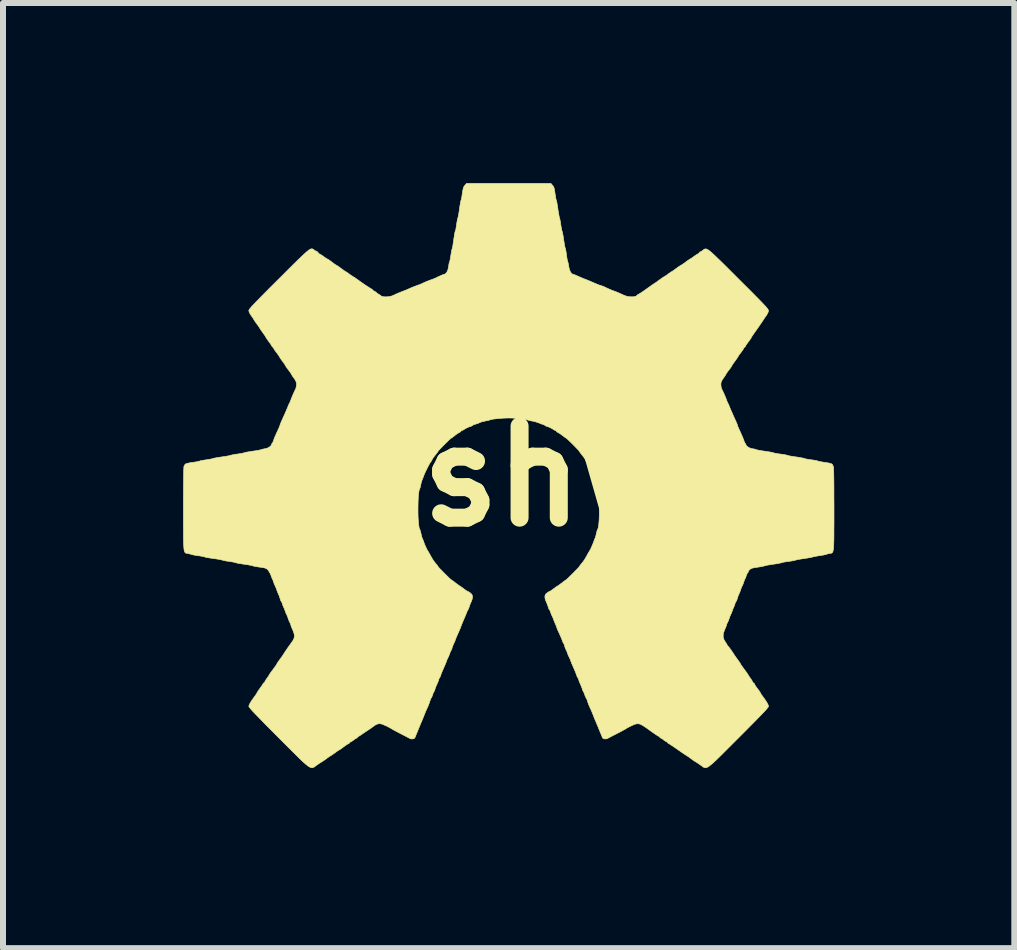
<source format=kicad_pcb>
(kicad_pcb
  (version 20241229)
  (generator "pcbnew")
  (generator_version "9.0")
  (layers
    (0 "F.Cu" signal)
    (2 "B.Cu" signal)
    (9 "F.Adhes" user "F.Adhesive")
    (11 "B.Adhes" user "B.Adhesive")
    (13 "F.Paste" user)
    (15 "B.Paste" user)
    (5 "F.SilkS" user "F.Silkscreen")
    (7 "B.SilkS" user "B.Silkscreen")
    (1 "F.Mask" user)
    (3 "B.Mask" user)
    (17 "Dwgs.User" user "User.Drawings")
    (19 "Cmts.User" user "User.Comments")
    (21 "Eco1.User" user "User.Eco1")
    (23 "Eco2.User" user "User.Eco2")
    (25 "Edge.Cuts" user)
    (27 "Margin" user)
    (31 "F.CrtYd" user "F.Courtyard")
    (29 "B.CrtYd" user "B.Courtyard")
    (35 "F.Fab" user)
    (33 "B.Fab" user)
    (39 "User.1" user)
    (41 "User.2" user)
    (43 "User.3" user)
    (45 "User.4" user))
  (footprint "oshw"
    (layer "F.Cu")
    (at 5.424 4.884)
    (property "Reference" "oshw" (at 0 0 0) (layer "F.SilkS") (effects (font (size 1.524 1.524) (thickness 0.3))))
    (attr through_hole)
    (fp_poly (pts (xy 0.73 -4.847) (xy 0.744 -4.828) (xy 0.755 -4.805) (xy 0.763 -4.772) (xy 0.77 -4.725) (xy 0.772 -4.712) (xy 0.779 -4.667) (xy 0.785 -4.63) (xy 0.791 -4.605) (xy 0.793 -4.598) (xy 0.798 -4.584) (xy 0.804 -4.554) (xy 0.811 -4.511) (xy 0.819 -4.46) (xy 0.819 -4.456) (xy 0.827 -4.404) (xy 0.835 -4.359) (xy 0.841 -4.325) (xy 0.846 -4.307) (xy 0.846 -4.307) (xy 0.851 -4.29) (xy 0.858 -4.257) (xy 0.865 -4.214) (xy 0.868 -4.19) (xy 0.875 -4.147) (xy 0.881 -4.112) (xy 0.887 -4.09) (xy 0.889 -4.085) (xy 0.893 -4.073) (xy 0.899 -4.044) (xy 0.907 -4.003) (xy 0.914 -3.953) (xy 0.915 -3.948) (xy 0.923 -3.896) (xy 0.93 -3.853) (xy 0.936 -3.821) (xy 0.941 -3.805) (xy 0.941 -3.805) (xy 0.946 -3.79) (xy 0.952 -3.76) (xy 0.959 -3.718) (xy 0.963 -3.688) (xy 0.969 -3.643) (xy 0.976 -3.604) (xy 0.982 -3.579) (xy 0.985 -3.572) (xy 0.99 -3.556) (xy 0.996 -3.526) (xy 1.001 -3.494) (xy 1.01 -3.449) (xy 1.026 -3.409) (xy 1.046 -3.38) (xy 1.067 -3.366) (xy 1.071 -3.365) (xy 1.087 -3.361) (xy 1.114 -3.351) (xy 1.131 -3.343) (xy 1.192 -3.316) (xy 1.249 -3.292) (xy 1.291 -3.276) (xy 1.352 -3.251) (xy 1.408 -3.227) (xy 1.45 -3.209) (xy 1.486 -3.194) (xy 1.519 -3.182) (xy 1.529 -3.179) (xy 1.561 -3.169) (xy 1.595 -3.155) (xy 1.598 -3.153) (xy 1.647 -3.13) (xy 1.695 -3.109) (xy 1.736 -3.092) (xy 1.757 -3.085) (xy 1.792 -3.072) (xy 1.844 -3.05) (xy 1.912 -3.019) (xy 1.926 -3.013) (xy 1.965 -2.999) (xy 2.011 -2.991) (xy 2.056 -2.989) (xy 2.096 -2.992) (xy 2.124 -3.002) (xy 2.132 -3.008) (xy 2.146 -3.023) (xy 2.152 -3.027) (xy 2.165 -3.033) (xy 2.192 -3.049) (xy 2.229 -3.073) (xy 2.273 -3.104) (xy 2.321 -3.138) (xy 2.334 -3.147) (xy 2.37 -3.173) (xy 2.404 -3.197) (xy 2.429 -3.213) (xy 2.454 -3.229) (xy 2.488 -3.254) (xy 2.521 -3.278) (xy 2.551 -3.3) (xy 2.575 -3.316) (xy 2.587 -3.323) (xy 2.587 -3.323) (xy 2.598 -3.329) (xy 2.622 -3.344) (xy 2.651 -3.365) (xy 2.681 -3.387) (xy 2.703 -3.402) (xy 2.714 -3.408) (xy 2.724 -3.414) (xy 2.747 -3.429) (xy 2.778 -3.452) (xy 2.79 -3.461) (xy 2.823 -3.485) (xy 2.85 -3.503) (xy 2.866 -3.513) (xy 2.868 -3.514) (xy 2.879 -3.52) (xy 2.903 -3.535) (xy 2.935 -3.558) (xy 2.946 -3.567) (xy 2.979 -3.591) (xy 3.006 -3.609) (xy 3.021 -3.619) (xy 3.022 -3.619) (xy 3.033 -3.625) (xy 3.056 -3.64) (xy 3.083 -3.66) (xy 3.115 -3.682) (xy 3.142 -3.699) (xy 3.156 -3.707) (xy 3.172 -3.718) (xy 3.175 -3.725) (xy 3.183 -3.735) (xy 3.186 -3.736) (xy 3.201 -3.742) (xy 3.225 -3.757) (xy 3.232 -3.762) (xy 3.245 -3.773) (xy 3.257 -3.781) (xy 3.269 -3.786) (xy 3.281 -3.788) (xy 3.296 -3.785) (xy 3.314 -3.777) (xy 3.336 -3.762) (xy 3.365 -3.74) (xy 3.399 -3.709) (xy 3.442 -3.669) (xy 3.494 -3.619) (xy 3.557 -3.558) (xy 3.631 -3.485) (xy 3.717 -3.399) (xy 3.817 -3.299) (xy 3.827 -3.289) (xy 3.928 -3.188) (xy 4.015 -3.102) (xy 4.089 -3.027) (xy 4.15 -2.965) (xy 4.201 -2.913) (xy 4.241 -2.871) (xy 4.273 -2.837) (xy 4.296 -2.811) (xy 4.312 -2.791) (xy 4.322 -2.776) (xy 4.327 -2.765) (xy 4.329 -2.76) (xy 4.322 -2.733) (xy 4.304 -2.697) (xy 4.289 -2.674) (xy 4.266 -2.642) (xy 4.248 -2.615) (xy 4.239 -2.601) (xy 4.225 -2.579) (xy 4.201 -2.544) (xy 4.17 -2.499) (xy 4.136 -2.45) (xy 4.099 -2.399) (xy 4.093 -2.39) (xy 4.07 -2.357) (xy 4.052 -2.33) (xy 4.043 -2.315) (xy 4.043 -2.313) (xy 4.037 -2.301) (xy 4.021 -2.278) (xy 3.999 -2.248) (xy 3.997 -2.245) (xy 3.973 -2.213) (xy 3.954 -2.185) (xy 3.944 -2.167) (xy 3.944 -2.167) (xy 3.934 -2.151) (xy 3.927 -2.148) (xy 3.917 -2.14) (xy 3.916 -2.135) (xy 3.91 -2.121) (xy 3.893 -2.095) (xy 3.87 -2.064) (xy 3.868 -2.061) (xy 3.845 -2.031) (xy 3.828 -2.007) (xy 3.821 -1.994) (xy 3.821 -1.994) (xy 3.815 -1.983) (xy 3.799 -1.959) (xy 3.776 -1.928) (xy 3.768 -1.916) (xy 3.743 -1.882) (xy 3.725 -1.855) (xy 3.715 -1.839) (xy 3.715 -1.837) (xy 3.709 -1.825) (xy 3.693 -1.802) (xy 3.67 -1.772) (xy 3.667 -1.769) (xy 3.644 -1.738) (xy 3.627 -1.714) (xy 3.62 -1.701) (xy 3.619 -1.7) (xy 3.614 -1.688) (xy 3.598 -1.665) (xy 3.577 -1.635) (xy 3.553 -1.599) (xy 3.54 -1.571) (xy 3.535 -1.542) (xy 3.535 -1.529) (xy 3.538 -1.492) (xy 3.546 -1.459) (xy 3.55 -1.452) (xy 3.57 -1.411) (xy 3.593 -1.361) (xy 3.615 -1.309) (xy 3.631 -1.266) (xy 3.631 -1.265) (xy 3.642 -1.237) (xy 3.65 -1.22) (xy 3.652 -1.217) (xy 3.659 -1.205) (xy 3.669 -1.18) (xy 3.672 -1.175) (xy 3.685 -1.141) (xy 3.701 -1.103) (xy 3.707 -1.09) (xy 3.725 -1.051) (xy 3.742 -1.01) (xy 3.747 -1) (xy 3.763 -0.963) (xy 3.782 -0.922) (xy 3.788 -0.909) (xy 3.801 -0.879) (xy 3.809 -0.858) (xy 3.81 -0.851) (xy 3.814 -0.837) (xy 3.825 -0.812) (xy 3.83 -0.8) (xy 3.859 -0.737) (xy 3.88 -0.69) (xy 3.895 -0.655) (xy 3.906 -0.628) (xy 3.915 -0.605) (xy 3.918 -0.595) (xy 3.928 -0.568) (xy 3.937 -0.552) (xy 3.94 -0.55) (xy 3.947 -0.542) (xy 3.948 -0.536) (xy 3.957 -0.513) (xy 3.982 -0.49) (xy 4.016 -0.471) (xy 4.055 -0.46) (xy 4.059 -0.459) (xy 4.092 -0.454) (xy 4.116 -0.447) (xy 4.122 -0.444) (xy 4.136 -0.44) (xy 4.167 -0.433) (xy 4.21 -0.426) (xy 4.26 -0.418) (xy 4.265 -0.418) (xy 4.316 -0.41) (xy 4.36 -0.403) (xy 4.392 -0.396) (xy 4.408 -0.392) (xy 4.408 -0.392) (xy 4.422 -0.387) (xy 4.453 -0.381) (xy 4.494 -0.374) (xy 4.524 -0.37) (xy 4.57 -0.364) (xy 4.608 -0.357) (xy 4.634 -0.352) (xy 4.641 -0.349) (xy 4.655 -0.345) (xy 4.685 -0.338) (xy 4.728 -0.331) (xy 4.779 -0.323) (xy 4.784 -0.323) (xy 4.835 -0.315) (xy 4.879 -0.307) (xy 4.91 -0.301) (xy 4.926 -0.296) (xy 4.927 -0.296) (xy 4.941 -0.291) (xy 4.971 -0.285) (xy 5.012 -0.278) (xy 5.038 -0.275) (xy 5.082 -0.268) (xy 5.119 -0.262) (xy 5.143 -0.256) (xy 5.149 -0.254) (xy 5.163 -0.249) (xy 5.194 -0.243) (xy 5.234 -0.236) (xy 5.255 -0.233) (xy 5.314 -0.224) (xy 5.356 -0.215) (xy 5.381 -0.206) (xy 5.394 -0.196) (xy 5.397 -0.185) (xy 5.403 -0.171) (xy 5.408 -0.169) (xy 5.41 -0.159) (xy 5.413 -0.127) (xy 5.414 -0.075) (xy 5.416 -0.002) (xy 5.417 0.091) (xy 5.418 0.203) (xy 5.418 0.336) (xy 5.419 0.489) (xy 5.419 0.53) (xy 5.419 0.673) (xy 5.419 0.797) (xy 5.418 0.903) (xy 5.418 0.992) (xy 5.417 1.065) (xy 5.415 1.125) (xy 5.413 1.173) (xy 5.41 1.209) (xy 5.405 1.236) (xy 5.4 1.256) (xy 5.393 1.269) (xy 5.385 1.277) (xy 5.375 1.281) (xy 5.363 1.284) (xy 5.349 1.286) (xy 5.346 1.286) (xy 5.314 1.293) (xy 5.288 1.301) (xy 5.286 1.302) (xy 5.266 1.307) (xy 5.232 1.314) (xy 5.189 1.321) (xy 5.175 1.323) (xy 5.131 1.33) (xy 5.094 1.337) (xy 5.068 1.343) (xy 5.064 1.344) (xy 5.045 1.35) (xy 5.011 1.356) (xy 4.966 1.364) (xy 4.921 1.371) (xy 4.871 1.378) (xy 4.827 1.385) (xy 4.794 1.392) (xy 4.778 1.397) (xy 4.759 1.402) (xy 4.724 1.409) (xy 4.681 1.416) (xy 4.657 1.419) (xy 4.612 1.425) (xy 4.575 1.432) (xy 4.551 1.437) (xy 4.546 1.44) (xy 4.531 1.444) (xy 4.501 1.45) (xy 4.458 1.458) (xy 4.408 1.465) (xy 4.408 1.465) (xy 4.357 1.473) (xy 4.313 1.48) (xy 4.28 1.487) (xy 4.264 1.492) (xy 4.246 1.497) (xy 4.213 1.504) (xy 4.171 1.511) (xy 4.145 1.515) (xy 4.092 1.523) (xy 4.056 1.531) (xy 4.032 1.542) (xy 4.016 1.553) (xy 3.998 1.574) (xy 3.99 1.592) (xy 3.99 1.593) (xy 3.985 1.607) (xy 3.981 1.609) (xy 3.973 1.618) (xy 3.963 1.641) (xy 3.959 1.654) (xy 3.949 1.684) (xy 3.94 1.705) (xy 3.937 1.709) (xy 3.929 1.725) (xy 3.919 1.753) (xy 3.916 1.762) (xy 3.905 1.795) (xy 3.893 1.821) (xy 3.89 1.826) (xy 3.879 1.849) (xy 3.867 1.881) (xy 3.863 1.894) (xy 3.851 1.928) (xy 3.839 1.956) (xy 3.836 1.963) (xy 3.825 1.986) (xy 3.814 2.019) (xy 3.809 2.035) (xy 3.8 2.064) (xy 3.791 2.082) (xy 3.788 2.085) (xy 3.782 2.094) (xy 3.772 2.117) (xy 3.768 2.13) (xy 3.758 2.16) (xy 3.749 2.181) (xy 3.747 2.185) (xy 3.739 2.202) (xy 3.728 2.229) (xy 3.726 2.238) (xy 3.714 2.271) (xy 3.702 2.298) (xy 3.7 2.302) (xy 3.689 2.325) (xy 3.677 2.358) (xy 3.673 2.371) (xy 3.661 2.404) (xy 3.648 2.432) (xy 3.644 2.439) (xy 3.633 2.461) (xy 3.63 2.473) (xy 3.626 2.489) (xy 3.615 2.518) (xy 3.601 2.548) (xy 3.578 2.611) (xy 3.572 2.666) (xy 3.584 2.716) (xy 3.606 2.755) (xy 3.625 2.783) (xy 3.638 2.806) (xy 3.641 2.814) (xy 3.647 2.825) (xy 3.649 2.826) (xy 3.658 2.834) (xy 3.676 2.856) (xy 3.698 2.886) (xy 3.723 2.922) (xy 3.747 2.958) (xy 3.762 2.982) (xy 3.774 2.999) (xy 3.794 3.027) (xy 3.818 3.06) (xy 3.818 3.06) (xy 3.84 3.091) (xy 3.856 3.115) (xy 3.863 3.127) (xy 3.863 3.128) (xy 3.869 3.139) (xy 3.885 3.162) (xy 3.909 3.195) (xy 3.926 3.219) (xy 3.953 3.255) (xy 3.974 3.285) (xy 3.987 3.304) (xy 3.99 3.309) (xy 3.996 3.32) (xy 4.011 3.343) (xy 4.027 3.365) (xy 4.047 3.394) (xy 4.06 3.417) (xy 4.064 3.427) (xy 4.072 3.439) (xy 4.08 3.443) (xy 4.094 3.456) (xy 4.096 3.462) (xy 4.102 3.477) (xy 4.118 3.502) (xy 4.141 3.533) (xy 4.143 3.536) (xy 4.167 3.567) (xy 4.184 3.591) (xy 4.191 3.604) (xy 4.191 3.604) (xy 4.197 3.616) (xy 4.212 3.64) (xy 4.231 3.666) (xy 4.275 3.727) (xy 4.305 3.774) (xy 4.322 3.809) (xy 4.329 3.832) (xy 4.329 3.834) (xy 4.324 3.843) (xy 4.31 3.861) (xy 4.287 3.889) (xy 4.252 3.927) (xy 4.206 3.975) (xy 4.148 4.035) (xy 4.077 4.107) (xy 3.993 4.192) (xy 3.895 4.291) (xy 3.828 4.358) (xy 3.727 4.459) (xy 3.639 4.547) (xy 3.564 4.622) (xy 3.5 4.685) (xy 3.447 4.736) (xy 3.403 4.777) (xy 3.366 4.808) (xy 3.337 4.831) (xy 3.312 4.846) (xy 3.292 4.854) (xy 3.274 4.856) (xy 3.258 4.853) (xy 3.243 4.845) (xy 3.227 4.834) (xy 3.209 4.82) (xy 3.195 4.81) (xy 3.16 4.786) (xy 3.131 4.767) (xy 3.113 4.756) (xy 3.111 4.755) (xy 3.095 4.746) (xy 3.069 4.727) (xy 3.036 4.703) (xy 3.036 4.702) (xy 3.005 4.68) (xy 2.982 4.664) (xy 2.971 4.657) (xy 2.97 4.657) (xy 2.96 4.651) (xy 2.936 4.635) (xy 2.9 4.611) (xy 2.857 4.581) (xy 2.824 4.558) (xy 2.775 4.524) (xy 2.731 4.494) (xy 2.696 4.471) (xy 2.672 4.456) (xy 2.664 4.452) (xy 2.649 4.442) (xy 2.646 4.435) (xy 2.637 4.425) (xy 2.632 4.424) (xy 2.616 4.417) (xy 2.593 4.401) (xy 2.582 4.393) (xy 2.557 4.373) (xy 2.537 4.362) (xy 2.532 4.361) (xy 2.52 4.353) (xy 2.519 4.349) (xy 2.51 4.337) (xy 2.5 4.332) (xy 2.49 4.327) (xy 2.475 4.318) (xy 2.453 4.304) (xy 2.421 4.282) (xy 2.378 4.252) (xy 2.321 4.211) (xy 2.286 4.186) (xy 2.234 4.152) (xy 2.193 4.13) (xy 2.157 4.122) (xy 2.121 4.125) (xy 2.079 4.14) (xy 2.046 4.156) (xy 2.008 4.174) (xy 1.978 4.19) (xy 1.96 4.2) (xy 1.958 4.202) (xy 1.948 4.209) (xy 1.926 4.221) (xy 1.889 4.241) (xy 1.837 4.269) (xy 1.774 4.301) (xy 1.729 4.324) (xy 1.689 4.345) (xy 1.659 4.361) (xy 1.645 4.369) (xy 1.616 4.376) (xy 1.587 4.373) (xy 1.565 4.361) (xy 1.56 4.351) (xy 1.552 4.329) (xy 1.541 4.302) (xy 1.528 4.272) (xy 1.513 4.235) (xy 1.508 4.223) (xy 1.491 4.179) (xy 1.473 4.137) (xy 1.452 4.087) (xy 1.442 4.064) (xy 1.426 4.026) (xy 1.412 3.989) (xy 1.408 3.979) (xy 1.375 3.898) (xy 1.344 3.831) (xy 1.33 3.797) (xy 1.316 3.757) (xy 1.312 3.744) (xy 1.302 3.715) (xy 1.294 3.697) (xy 1.291 3.694) (xy 1.284 3.684) (xy 1.275 3.661) (xy 1.27 3.649) (xy 1.259 3.616) (xy 1.246 3.588) (xy 1.242 3.583) (xy 1.231 3.561) (xy 1.228 3.549) (xy 1.223 3.533) (xy 1.212 3.504) (xy 1.197 3.468) (xy 1.196 3.466) (xy 1.18 3.43) (xy 1.169 3.4) (xy 1.164 3.382) (xy 1.164 3.382) (xy 1.158 3.364) (xy 1.154 3.361) (xy 1.145 3.347) (xy 1.134 3.322) (xy 1.132 3.315) (xy 1.125 3.296) (xy 1.118 3.276) (xy 1.108 3.252) (xy 1.094 3.219) (xy 1.074 3.173) (xy 1.061 3.143) (xy 1.046 3.109) (xy 1.035 3.078) (xy 1.032 3.069) (xy 1.021 3.042) (xy 1.006 3.01) (xy 1.004 3.006) (xy 0.991 2.98) (xy 0.984 2.961) (xy 0.984 2.958) (xy 0.979 2.943) (xy 0.968 2.917) (xy 0.958 2.895) (xy 0.943 2.862) (xy 0.934 2.836) (xy 0.931 2.825) (xy 0.926 2.804) (xy 0.917 2.788) (xy 0.902 2.761) (xy 0.894 2.741) (xy 0.885 2.714) (xy 0.868 2.674) (xy 0.849 2.631) (xy 0.83 2.589) (xy 0.82 2.568) (xy 0.809 2.544) (xy 0.804 2.529) (xy 0.804 2.529) (xy 0.8 2.515) (xy 0.79 2.488) (xy 0.779 2.464) (xy 0.764 2.428) (xy 0.751 2.396) (xy 0.746 2.381) (xy 0.735 2.352) (xy 0.726 2.334) (xy 0.715 2.31) (xy 0.702 2.278) (xy 0.699 2.267) (xy 0.689 2.24) (xy 0.68 2.224) (xy 0.678 2.223) (xy 0.671 2.213) (xy 0.662 2.19) (xy 0.657 2.172) (xy 0.643 2.133) (xy 0.628 2.095) (xy 0.623 2.085) (xy 0.609 2.05) (xy 0.603 2.013) (xy 0.603 2.01) (xy 0.607 1.981) (xy 0.621 1.959) (xy 0.64 1.943) (xy 0.664 1.926) (xy 0.683 1.916) (xy 0.686 1.916) (xy 0.699 1.909) (xy 0.723 1.893) (xy 0.75 1.873) (xy 0.779 1.851) (xy 0.8 1.836) (xy 0.81 1.831) (xy 0.82 1.825) (xy 0.843 1.809) (xy 0.874 1.786) (xy 0.884 1.778) (xy 0.916 1.754) (xy 0.941 1.735) (xy 0.955 1.726) (xy 0.957 1.725) (xy 0.966 1.718) (xy 0.987 1.699) (xy 1.015 1.671) (xy 1.049 1.638) (xy 1.084 1.603) (xy 1.117 1.569) (xy 1.146 1.54) (xy 1.166 1.518) (xy 1.175 1.507) (xy 1.175 1.507) (xy 1.181 1.496) (xy 1.197 1.475) (xy 1.216 1.452) (xy 1.24 1.422) (xy 1.26 1.394) (xy 1.281 1.36) (xy 1.306 1.315) (xy 1.319 1.291) (xy 1.333 1.266) (xy 1.343 1.251) (xy 1.344 1.249) (xy 1.353 1.234) (xy 1.368 1.206) (xy 1.384 1.17) (xy 1.4 1.132) (xy 1.413 1.099) (xy 1.418 1.085) (xy 1.428 1.056) (xy 1.437 1.035) (xy 1.439 1.032) (xy 1.445 1.016) (xy 1.453 0.987) (xy 1.46 0.958) (xy 1.468 0.922) (xy 1.477 0.895) (xy 1.482 0.884) (xy 1.491 0.862) (xy 1.498 0.822) (xy 1.504 0.768) (xy 1.508 0.703) (xy 1.51 0.631) (xy 1.511 0.555) (xy 1.511 0.478) (xy 1.509 0.405) (xy 1.505 0.338) (xy 1.5 0.281) (xy 1.493 0.237) (xy 1.484 0.21) (xy 1.482 0.206) (xy 1.475 0.19) (xy 1.468 0.162) (xy 1.466 0.148) (xy 1.458 0.111) (xy 1.447 0.076) (xy 1.444 0.069) (xy 1.432 0.038) (xy 1.418 0.001) (xy 1.414 -0.011) (xy 1.399 -0.049) (xy 1.376 -0.098) (xy 1.35 -0.151) (xy 1.323 -0.198) (xy 1.301 -0.234) (xy 1.3 -0.234) (xy 1.287 -0.257) (xy 1.281 -0.272) (xy 1.281 -0.272) (xy 1.274 -0.284) (xy 1.258 -0.308) (xy 1.234 -0.339) (xy 1.228 -0.347) (xy 1.203 -0.379) (xy 1.184 -0.403) (xy 1.175 -0.417) (xy 1.175 -0.419) (xy 1.168 -0.428) (xy 1.149 -0.449) (xy 1.121 -0.478) (xy 1.088 -0.512) (xy 1.053 -0.547) (xy 1.019 -0.58) (xy 0.99 -0.608) (xy 0.969 -0.627) (xy 0.959 -0.635) (xy 0.959 -0.635) (xy 0.948 -0.641) (xy 0.925 -0.657) (xy 0.897 -0.679) (xy 0.864 -0.703) (xy 0.835 -0.722) (xy 0.818 -0.731) (xy 0.799 -0.742) (xy 0.794 -0.751) (xy 0.785 -0.761) (xy 0.78 -0.762) (xy 0.763 -0.768) (xy 0.739 -0.783) (xy 0.732 -0.788) (xy 0.698 -0.807) (xy 0.659 -0.824) (xy 0.65 -0.827) (xy 0.622 -0.836) (xy 0.606 -0.845) (xy 0.603 -0.848) (xy 0.594 -0.855) (xy 0.575 -0.862) (xy 0.546 -0.871) (xy 0.512 -0.885) (xy 0.503 -0.888) (xy 0.47 -0.9) (xy 0.426 -0.913) (xy 0.386 -0.921) (xy 0.348 -0.929) (xy 0.318 -0.937) (xy 0.301 -0.943) (xy 0.301 -0.943) (xy 0.287 -0.947) (xy 0.256 -0.952) (xy 0.212 -0.957) (xy 0.16 -0.963) (xy 0.145 -0.964) (xy 0.06 -0.97) (xy -0.015 -0.971) (xy -0.093 -0.968) (xy -0.145 -0.964) (xy -0.199 -0.959) (xy -0.245 -0.954) (xy -0.28 -0.948) (xy -0.299 -0.944) (xy -0.301 -0.943) (xy -0.317 -0.937) (xy -0.346 -0.93) (xy -0.385 -0.922) (xy -0.386 -0.921) (xy -0.427 -0.913) (xy -0.461 -0.903) (xy -0.482 -0.895) (xy -0.504 -0.884) (xy -0.538 -0.873) (xy -0.553 -0.868) (xy -0.582 -0.859) (xy -0.6 -0.85) (xy -0.603 -0.847) (xy -0.612 -0.839) (xy -0.636 -0.83) (xy -0.651 -0.826) (xy -0.689 -0.811) (xy -0.725 -0.792) (xy -0.732 -0.787) (xy -0.757 -0.771) (xy -0.777 -0.762) (xy -0.78 -0.762) (xy -0.793 -0.755) (xy -0.794 -0.751) (xy -0.803 -0.74) (xy -0.822 -0.73) (xy -0.845 -0.717) (xy -0.876 -0.696) (xy -0.9 -0.677) (xy -0.928 -0.655) (xy -0.949 -0.64) (xy -0.958 -0.635) (xy -0.968 -0.628) (xy -0.989 -0.609) (xy -1.018 -0.581) (xy -1.052 -0.548) (xy -1.087 -0.513) (xy -1.12 -0.479) (xy -1.148 -0.45) (xy -1.167 -0.429) (xy -1.175 -0.419) (xy -1.175 -0.419) (xy -1.181 -0.408) (xy -1.197 -0.386) (xy -1.221 -0.356) (xy -1.228 -0.347) (xy -1.253 -0.315) (xy -1.271 -0.287) (xy -1.28 -0.27) (xy -1.281 -0.268) (xy -1.288 -0.251) (xy -1.294 -0.247) (xy -1.304 -0.234) (xy -1.32 -0.206) (xy -1.34 -0.169) (xy -1.362 -0.125) (xy -1.384 -0.08) (xy -1.403 -0.039) (xy -1.416 -0.006) (xy -1.418 0) (xy -1.431 0.035) (xy -1.445 0.069) (xy -1.445 0.069) (xy -1.455 0.1) (xy -1.464 0.138) (xy -1.466 0.148) (xy -1.472 0.179) (xy -1.479 0.202) (xy -1.482 0.206) (xy -1.491 0.229) (xy -1.498 0.268) (xy -1.504 0.322) (xy -1.508 0.387) (xy -1.51 0.459) (xy -1.511 0.535) (xy -1.511 0.612) (xy -1.509 0.685) (xy -1.505 0.752) (xy -1.499 0.809) (xy -1.493 0.853) (xy -1.484 0.88) (xy -1.482 0.884) (xy -1.475 0.899) (xy -1.467 0.928) (xy -1.46 0.958) (xy -1.452 0.993) (xy -1.444 1.021) (xy -1.44 1.032) (xy -1.432 1.048) (xy -1.421 1.076) (xy -1.418 1.085) (xy -1.408 1.113) (xy -1.394 1.149) (xy -1.377 1.186) (xy -1.361 1.22) (xy -1.348 1.243) (xy -1.344 1.249) (xy -1.336 1.261) (xy -1.323 1.284) (xy -1.319 1.291) (xy -1.291 1.342) (xy -1.269 1.38) (xy -1.249 1.41) (xy -1.227 1.439) (xy -1.216 1.452) (xy -1.194 1.479) (xy -1.179 1.499) (xy -1.175 1.507) (xy -1.168 1.516) (xy -1.149 1.537) (xy -1.121 1.565) (xy -1.088 1.599) (xy -1.053 1.634) (xy -1.019 1.667) (xy -0.99 1.696) (xy -0.968 1.716) (xy -0.957 1.725) (xy -0.957 1.725) (xy -0.947 1.731) (xy -0.924 1.747) (xy -0.894 1.77) (xy -0.884 1.778) (xy -0.851 1.802) (xy -0.826 1.821) (xy -0.811 1.83) (xy -0.81 1.831) (xy -0.799 1.837) (xy -0.777 1.853) (xy -0.75 1.873) (xy -0.721 1.895) (xy -0.698 1.91) (xy -0.686 1.916) (xy -0.672 1.922) (xy -0.649 1.936) (xy -0.64 1.943) (xy -0.615 1.966) (xy -0.605 1.989) (xy -0.603 2.01) (xy -0.608 2.046) (xy -0.621 2.082) (xy -0.622 2.085) (xy -0.638 2.119) (xy -0.653 2.159) (xy -0.656 2.17) (xy -0.666 2.199) (xy -0.675 2.219) (xy -0.677 2.223) (xy -0.685 2.235) (xy -0.696 2.259) (xy -0.698 2.265) (xy -0.716 2.31) (xy -0.741 2.369) (xy -0.767 2.429) (xy -0.78 2.462) (xy -0.794 2.498) (xy -0.794 2.498) (xy -0.807 2.533) (xy -0.821 2.566) (xy -0.821 2.566) (xy -0.833 2.594) (xy -0.85 2.631) (xy -0.862 2.658) (xy -0.876 2.691) (xy -0.886 2.716) (xy -0.889 2.727) (xy -0.894 2.741) (xy -0.905 2.767) (xy -0.916 2.789) (xy -0.93 2.821) (xy -0.94 2.847) (xy -0.942 2.858) (xy -0.948 2.879) (xy -0.956 2.895) (xy -0.969 2.918) (xy -0.982 2.951) (xy -0.984 2.958) (xy -0.996 2.99) (xy -1.009 3.017) (xy -1.011 3.022) (xy -1.025 3.049) (xy -1.032 3.069) (xy -1.041 3.095) (xy -1.055 3.129) (xy -1.061 3.143) (xy -1.085 3.198) (xy -1.102 3.237) (xy -1.114 3.265) (xy -1.122 3.286) (xy -1.129 3.305) (xy -1.132 3.315) (xy -1.142 3.342) (xy -1.152 3.359) (xy -1.154 3.361) (xy -1.163 3.376) (xy -1.164 3.382) (xy -1.168 3.398) (xy -1.179 3.428) (xy -1.195 3.464) (xy -1.196 3.466) (xy -1.212 3.502) (xy -1.223 3.531) (xy -1.228 3.548) (xy -1.228 3.549) (xy -1.233 3.567) (xy -1.242 3.583) (xy -1.255 3.606) (xy -1.267 3.639) (xy -1.27 3.649) (xy -1.28 3.676) (xy -1.288 3.692) (xy -1.291 3.694) (xy -1.297 3.703) (xy -1.306 3.726) (xy -1.312 3.744) (xy -1.325 3.783) (xy -1.34 3.821) (xy -1.344 3.831) (xy -1.383 3.917) (xy -1.408 3.979) (xy -1.421 4.013) (xy -1.437 4.052) (xy -1.442 4.064) (xy -1.466 4.119) (xy -1.484 4.164) (xy -1.501 4.205) (xy -1.508 4.223) (xy -1.523 4.259) (xy -1.537 4.293) (xy -1.541 4.302) (xy -1.552 4.33) (xy -1.56 4.351) (xy -1.574 4.368) (xy -1.601 4.376) (xy -1.631 4.374) (xy -1.645 4.369) (xy -1.664 4.358) (xy -1.698 4.341) (xy -1.739 4.319) (xy -1.769 4.304) (xy -1.836 4.269) (xy -1.887 4.242) (xy -1.922 4.223) (xy -1.945 4.21) (xy -1.956 4.203) (xy -1.958 4.202) (xy -1.969 4.195) (xy -1.995 4.181) (xy -2.03 4.163) (xy -2.046 4.156) (xy -2.1 4.132) (xy -2.143 4.121) (xy -2.181 4.125) (xy -2.221 4.143) (xy -2.266 4.175) (xy -2.3 4.2) (xy -2.331 4.221) (xy -2.351 4.234) (xy -2.373 4.248) (xy -2.404 4.269) (xy -2.429 4.286) (xy -2.46 4.308) (xy -2.487 4.325) (xy -2.5 4.332) (xy -2.516 4.343) (xy -2.519 4.349) (xy -2.527 4.36) (xy -2.532 4.361) (xy -2.548 4.367) (xy -2.571 4.384) (xy -2.582 4.393) (xy -2.607 4.411) (xy -2.627 4.423) (xy -2.632 4.424) (xy -2.645 4.431) (xy -2.646 4.435) (xy -2.655 4.446) (xy -2.67 4.455) (xy -2.691 4.466) (xy -2.721 4.486) (xy -2.749 4.507) (xy -2.778 4.529) (xy -2.8 4.545) (xy -2.811 4.551) (xy -2.822 4.557) (xy -2.846 4.572) (xy -2.877 4.594) (xy -2.89 4.604) (xy -2.924 4.628) (xy -2.951 4.646) (xy -2.966 4.656) (xy -2.968 4.657) (xy -2.979 4.663) (xy -3.001 4.678) (xy -3.031 4.7) (xy -3.035 4.703) (xy -3.067 4.726) (xy -3.095 4.745) (xy -3.111 4.755) (xy -3.111 4.755) (xy -3.127 4.765) (xy -3.155 4.783) (xy -3.189 4.806) (xy -3.195 4.81) (xy -3.215 4.825) (xy -3.232 4.838) (xy -3.248 4.848) (xy -3.263 4.854) (xy -3.279 4.856) (xy -3.298 4.852) (xy -3.319 4.842) (xy -3.345 4.825) (xy -3.377 4.8) (xy -3.416 4.766) (xy -3.463 4.722) (xy -3.519 4.667) (xy -3.586 4.6) (xy -3.665 4.522) (xy -3.757 4.43) (xy -3.829 4.358) (xy -3.936 4.25) (xy -4.029 4.157) (xy -4.107 4.077) (xy -4.173 4.009) (xy -4.226 3.954) (xy -4.268 3.91) (xy -4.298 3.876) (xy -4.317 3.852) (xy -4.327 3.838) (xy -4.329 3.834) (xy -4.323 3.81) (xy -4.306 3.776) (xy -4.277 3.73) (xy -4.234 3.67) (xy -4.231 3.666) (xy -4.21 3.637) (xy -4.196 3.614) (xy -4.191 3.604) (xy -4.185 3.593) (xy -4.169 3.569) (xy -4.147 3.539) (xy -4.146 3.536) (xy -4.122 3.504) (xy -4.103 3.476) (xy -4.093 3.458) (xy -4.093 3.458) (xy -4.082 3.443) (xy -4.075 3.44) (xy -4.065 3.431) (xy -4.064 3.428) (xy -4.058 3.413) (xy -4.043 3.388) (xy -4.027 3.365) (xy -4.007 3.338) (xy -3.994 3.317) (xy -3.99 3.309) (xy -3.984 3.299) (xy -3.968 3.275) (xy -3.944 3.243) (xy -3.926 3.219) (xy -3.9 3.183) (xy -3.878 3.153) (xy -3.865 3.133) (xy -3.863 3.128) (xy -3.857 3.116) (xy -3.842 3.093) (xy -3.82 3.063) (xy -3.818 3.06) (xy -3.794 3.027) (xy -3.774 2.999) (xy -3.762 2.982) (xy -3.762 2.982) (xy -3.738 2.944) (xy -3.706 2.896) (xy -3.671 2.845) (xy -3.638 2.799) (xy -3.622 2.777) (xy -3.591 2.732) (xy -3.574 2.694) (xy -3.569 2.656) (xy -3.577 2.613) (xy -3.597 2.56) (xy -3.605 2.542) (xy -3.619 2.51) (xy -3.628 2.484) (xy -3.63 2.473) (xy -3.636 2.454) (xy -3.644 2.439) (xy -3.656 2.416) (xy -3.668 2.384) (xy -3.673 2.371) (xy -3.684 2.337) (xy -3.696 2.309) (xy -3.7 2.302) (xy -3.711 2.278) (xy -3.723 2.246) (xy -3.726 2.238) (xy -3.736 2.209) (xy -3.745 2.189) (xy -3.747 2.185) (xy -3.755 2.169) (xy -3.765 2.142) (xy -3.768 2.13) (xy -3.778 2.103) (xy -3.786 2.087) (xy -3.788 2.085) (xy -3.795 2.076) (xy -3.804 2.052) (xy -3.809 2.035) (xy -3.82 2) (xy -3.831 1.972) (xy -3.836 1.963) (xy -3.846 1.94) (xy -3.859 1.907) (xy -3.863 1.894) (xy -3.875 1.861) (xy -3.887 1.833) (xy -3.89 1.826) (xy -3.902 1.802) (xy -3.914 1.77) (xy -3.916 1.762) (xy -3.926 1.733) (xy -3.935 1.712) (xy -3.937 1.709) (xy -3.945 1.693) (xy -3.955 1.665) (xy -3.959 1.654) (xy -3.969 1.627) (xy -3.978 1.61) (xy -3.981 1.609) (xy -3.989 1.6) (xy -3.99 1.593) (xy -3.997 1.576) (xy -4.015 1.555) (xy -4.018 1.552) (xy -4.036 1.539) (xy -4.059 1.529) (xy -4.094 1.521) (xy -4.144 1.514) (xy -4.147 1.514) (xy -4.192 1.507) (xy -4.229 1.501) (xy -4.254 1.495) (xy -4.26 1.493) (xy -4.274 1.488) (xy -4.304 1.482) (xy -4.347 1.474) (xy -4.398 1.467) (xy -4.403 1.466) (xy -4.454 1.458) (xy -4.498 1.451) (xy -4.529 1.445) (xy -4.545 1.44) (xy -4.546 1.44) (xy -4.56 1.435) (xy -4.59 1.429) (xy -4.631 1.422) (xy -4.657 1.418) (xy -4.701 1.412) (xy -4.738 1.405) (xy -4.762 1.399) (xy -4.768 1.397) (xy -4.782 1.393) (xy -4.812 1.387) (xy -4.856 1.379) (xy -4.907 1.372) (xy -4.916 1.371) (xy -4.968 1.363) (xy -5.013 1.356) (xy -5.046 1.349) (xy -5.063 1.345) (xy -5.064 1.344) (xy -5.079 1.339) (xy -5.109 1.333) (xy -5.15 1.326) (xy -5.17 1.324) (xy -5.215 1.317) (xy -5.254 1.31) (xy -5.28 1.304) (xy -5.286 1.302) (xy -5.311 1.294) (xy -5.343 1.287) (xy -5.346 1.286) (xy -5.36 1.284) (xy -5.372 1.282) (xy -5.382 1.278) (xy -5.391 1.271) (xy -5.398 1.259) (xy -5.404 1.241) (xy -5.409 1.216) (xy -5.412 1.181) (xy -5.415 1.137) (xy -5.417 1.08) (xy -5.418 1.009) (xy -5.418 0.924) (xy -5.419 0.822) (xy -5.419 0.702) (xy -5.419 0.563) (xy -5.419 0.53) (xy -5.419 0.372) (xy -5.418 0.235) (xy -5.417 0.117) (xy -5.416 0.019) (xy -5.415 -0.059) (xy -5.413 -0.116) (xy -5.411 -0.153) (xy -5.409 -0.169) (xy -5.408 -0.169) (xy -5.399 -0.178) (xy -5.397 -0.185) (xy -5.393 -0.198) (xy -5.379 -0.207) (xy -5.351 -0.216) (xy -5.307 -0.225) (xy -5.255 -0.233) (xy -5.211 -0.239) (xy -5.176 -0.246) (xy -5.153 -0.252) (xy -5.149 -0.253) (xy -5.134 -0.258) (xy -5.104 -0.264) (xy -5.063 -0.271) (xy -5.038 -0.274) (xy -4.993 -0.281) (xy -4.956 -0.288) (xy -4.932 -0.293) (xy -4.927 -0.296) (xy -4.913 -0.3) (xy -4.882 -0.306) (xy -4.839 -0.314) (xy -4.788 -0.321) (xy -4.778 -0.323) (xy -4.726 -0.33) (xy -4.681 -0.338) (xy -4.648 -0.344) (xy -4.631 -0.349) (xy -4.63 -0.35) (xy -4.616 -0.354) (xy -4.585 -0.36) (xy -4.544 -0.367) (xy -4.519 -0.37) (xy -4.474 -0.377) (xy -4.438 -0.383) (xy -4.414 -0.389) (xy -4.408 -0.391) (xy -4.394 -0.396) (xy -4.363 -0.402) (xy -4.32 -0.409) (xy -4.27 -0.417) (xy -4.265 -0.418) (xy -4.214 -0.425) (xy -4.17 -0.433) (xy -4.138 -0.439) (xy -4.123 -0.444) (xy -4.122 -0.444) (xy -4.106 -0.45) (xy -4.077 -0.456) (xy -4.059 -0.459) (xy -4.02 -0.469) (xy -3.985 -0.488) (xy -3.959 -0.511) (xy -3.948 -0.534) (xy -3.948 -0.536) (xy -3.943 -0.549) (xy -3.94 -0.55) (xy -3.932 -0.559) (xy -3.922 -0.582) (xy -3.918 -0.595) (xy -3.91 -0.617) (xy -3.901 -0.642) (xy -3.887 -0.674) (xy -3.869 -0.715) (xy -3.843 -0.771) (xy -3.83 -0.8) (xy -3.818 -0.828) (xy -3.811 -0.847) (xy -3.81 -0.851) (xy -3.806 -0.865) (xy -3.795 -0.891) (xy -3.788 -0.909) (xy -3.77 -0.948) (xy -3.752 -0.989) (xy -3.747 -1) (xy -3.73 -1.037) (xy -3.712 -1.079) (xy -3.707 -1.09) (xy -3.691 -1.128) (xy -3.676 -1.164) (xy -3.672 -1.175) (xy -3.661 -1.2) (xy -3.653 -1.216) (xy -3.652 -1.217) (xy -3.645 -1.23) (xy -3.635 -1.255) (xy -3.631 -1.265) (xy -3.615 -1.308) (xy -3.594 -1.359) (xy -3.571 -1.41) (xy -3.551 -1.451) (xy -3.55 -1.452) (xy -3.541 -1.48) (xy -3.535 -1.517) (xy -3.535 -1.529) (xy -3.537 -1.56) (xy -3.547 -1.588) (xy -3.566 -1.62) (xy -3.577 -1.635) (xy -3.599 -1.665) (xy -3.614 -1.689) (xy -3.619 -1.7) (xy -3.626 -1.712) (xy -3.642 -1.735) (xy -3.664 -1.765) (xy -3.667 -1.769) (xy -3.69 -1.799) (xy -3.707 -1.823) (xy -3.715 -1.836) (xy -3.715 -1.837) (xy -3.721 -1.848) (xy -3.736 -1.872) (xy -3.759 -1.904) (xy -3.768 -1.916) (xy -3.792 -1.949) (xy -3.81 -1.976) (xy -3.82 -1.992) (xy -3.821 -1.994) (xy -3.827 -2.005) (xy -3.843 -2.028) (xy -3.865 -2.058) (xy -3.868 -2.061) (xy -3.892 -2.093) (xy -3.909 -2.119) (xy -3.916 -2.134) (xy -3.916 -2.135) (xy -3.923 -2.147) (xy -3.927 -2.148) (xy -3.939 -2.157) (xy -3.944 -2.167) (xy -3.954 -2.184) (xy -3.972 -2.212) (xy -3.996 -2.245) (xy -3.997 -2.245) (xy -4.019 -2.276) (xy -4.036 -2.3) (xy -4.043 -2.312) (xy -4.043 -2.313) (xy -4.049 -2.324) (xy -4.064 -2.348) (xy -4.087 -2.38) (xy -4.096 -2.393) (xy -4.12 -2.426) (xy -4.138 -2.453) (xy -4.148 -2.469) (xy -4.149 -2.471) (xy -4.155 -2.481) (xy -4.17 -2.504) (xy -4.193 -2.534) (xy -4.196 -2.539) (xy -4.219 -2.57) (xy -4.236 -2.594) (xy -4.244 -2.608) (xy -4.244 -2.608) (xy -4.25 -2.62) (xy -4.265 -2.643) (xy -4.286 -2.672) (xy -4.312 -2.712) (xy -4.326 -2.746) (xy -4.329 -2.76) (xy -4.327 -2.767) (xy -4.321 -2.779) (xy -4.309 -2.794) (xy -4.292 -2.816) (xy -4.267 -2.844) (xy -4.233 -2.879) (xy -4.191 -2.923) (xy -4.138 -2.977) (xy -4.074 -3.042) (xy -3.998 -3.119) (xy -3.908 -3.209) (xy -3.827 -3.289) (xy -3.726 -3.39) (xy -3.638 -3.478) (xy -3.563 -3.552) (xy -3.5 -3.614) (xy -3.446 -3.665) (xy -3.403 -3.706) (xy -3.367 -3.738) (xy -3.339 -3.761) (xy -3.316 -3.777) (xy -3.298 -3.786) (xy -3.283 -3.789) (xy -3.271 -3.788) (xy -3.26 -3.784) (xy -3.249 -3.776) (xy -3.239 -3.768) (xy -3.216 -3.753) (xy -3.199 -3.747) (xy -3.185 -3.738) (xy -3.175 -3.725) (xy -3.162 -3.709) (xy -3.153 -3.704) (xy -3.14 -3.698) (xy -3.115 -3.683) (xy -3.085 -3.662) (xy -3.055 -3.64) (xy -3.031 -3.625) (xy -3.019 -3.619) (xy -3.008 -3.613) (xy -2.984 -3.597) (xy -2.953 -3.574) (xy -2.943 -3.566) (xy -2.911 -3.542) (xy -2.885 -3.524) (xy -2.869 -3.514) (xy -2.868 -3.514) (xy -2.856 -3.508) (xy -2.833 -3.492) (xy -2.801 -3.469) (xy -2.79 -3.461) (xy -2.757 -3.437) (xy -2.731 -3.418) (xy -2.716 -3.409) (xy -2.714 -3.408) (xy -2.703 -3.402) (xy -2.681 -3.387) (xy -2.651 -3.365) (xy -2.621 -3.344) (xy -2.598 -3.329) (xy -2.588 -3.323) (xy -2.577 -3.317) (xy -2.554 -3.302) (xy -2.525 -3.281) (xy -2.48 -3.249) (xy -2.432 -3.215) (xy -2.385 -3.183) (xy -2.342 -3.155) (xy -2.308 -3.133) (xy -2.287 -3.121) (xy -2.283 -3.119) (xy -2.268 -3.108) (xy -2.265 -3.101) (xy -2.256 -3.091) (xy -2.252 -3.09) (xy -2.236 -3.083) (xy -2.212 -3.067) (xy -2.202 -3.058) (xy -2.178 -3.039) (xy -2.16 -3.028) (xy -2.155 -3.027) (xy -2.142 -3.019) (xy -2.132 -3.008) (xy -2.112 -2.997) (xy -2.078 -2.99) (xy -2.035 -2.989) (xy -1.99 -2.993) (xy -1.949 -3.003) (xy -1.931 -3.01) (xy -1.857 -3.044) (xy -1.791 -3.071) (xy -1.767 -3.08) (xy -1.734 -3.093) (xy -1.692 -3.11) (xy -1.636 -3.135) (xy -1.603 -3.149) (xy -1.573 -3.161) (xy -1.535 -3.175) (xy -1.524 -3.179) (xy -1.487 -3.192) (xy -1.453 -3.206) (xy -1.445 -3.21) (xy -1.373 -3.243) (xy -1.31 -3.267) (xy -1.291 -3.274) (xy -1.254 -3.287) (xy -1.22 -3.301) (xy -1.212 -3.305) (xy -1.166 -3.328) (xy -1.124 -3.346) (xy -1.092 -3.36) (xy -1.073 -3.365) (xy -1.071 -3.365) (xy -1.051 -3.375) (xy -1.03 -3.401) (xy -1.013 -3.439) (xy -1.002 -3.483) (xy -1.001 -3.494) (xy -0.996 -3.531) (xy -0.99 -3.559) (xy -0.985 -3.572) (xy -0.98 -3.586) (xy -0.974 -3.617) (xy -0.967 -3.658) (xy -0.963 -3.683) (xy -0.956 -3.727) (xy -0.95 -3.762) (xy -0.944 -3.784) (xy -0.942 -3.789) (xy -0.938 -3.801) (xy -0.932 -3.83) (xy -0.926 -3.872) (xy -0.918 -3.923) (xy -0.916 -3.94) (xy -0.908 -3.992) (xy -0.901 -4.036) (xy -0.895 -4.068) (xy -0.89 -4.084) (xy -0.889 -4.085) (xy -0.885 -4.095) (xy -0.879 -4.121) (xy -0.873 -4.16) (xy -0.869 -4.188) (xy -0.862 -4.234) (xy -0.855 -4.271) (xy -0.85 -4.296) (xy -0.847 -4.302) (xy -0.843 -4.316) (xy -0.836 -4.347) (xy -0.829 -4.39) (xy -0.821 -4.441) (xy -0.82 -4.45) (xy -0.813 -4.502) (xy -0.805 -4.547) (xy -0.799 -4.58) (xy -0.794 -4.597) (xy -0.794 -4.598) (xy -0.789 -4.613) (xy -0.783 -4.643) (xy -0.776 -4.685) (xy -0.772 -4.712) (xy -0.764 -4.764) (xy -0.756 -4.799) (xy -0.747 -4.824) (xy -0.733 -4.843) (xy -0.73 -4.847) (xy -0.702 -4.879) (xy 0.702 -4.879) (xy 0.73 -4.847)) (stroke (width 0.01) (type solid)) (fill yes) (layer "F.SilkS")))
  (gr_rect
    (start -3 -3)
    (end 13.847 12.745)
    (stroke (width 0.1) (type default))
    (fill no)
    (layer "Edge.Cuts")))
</source>
